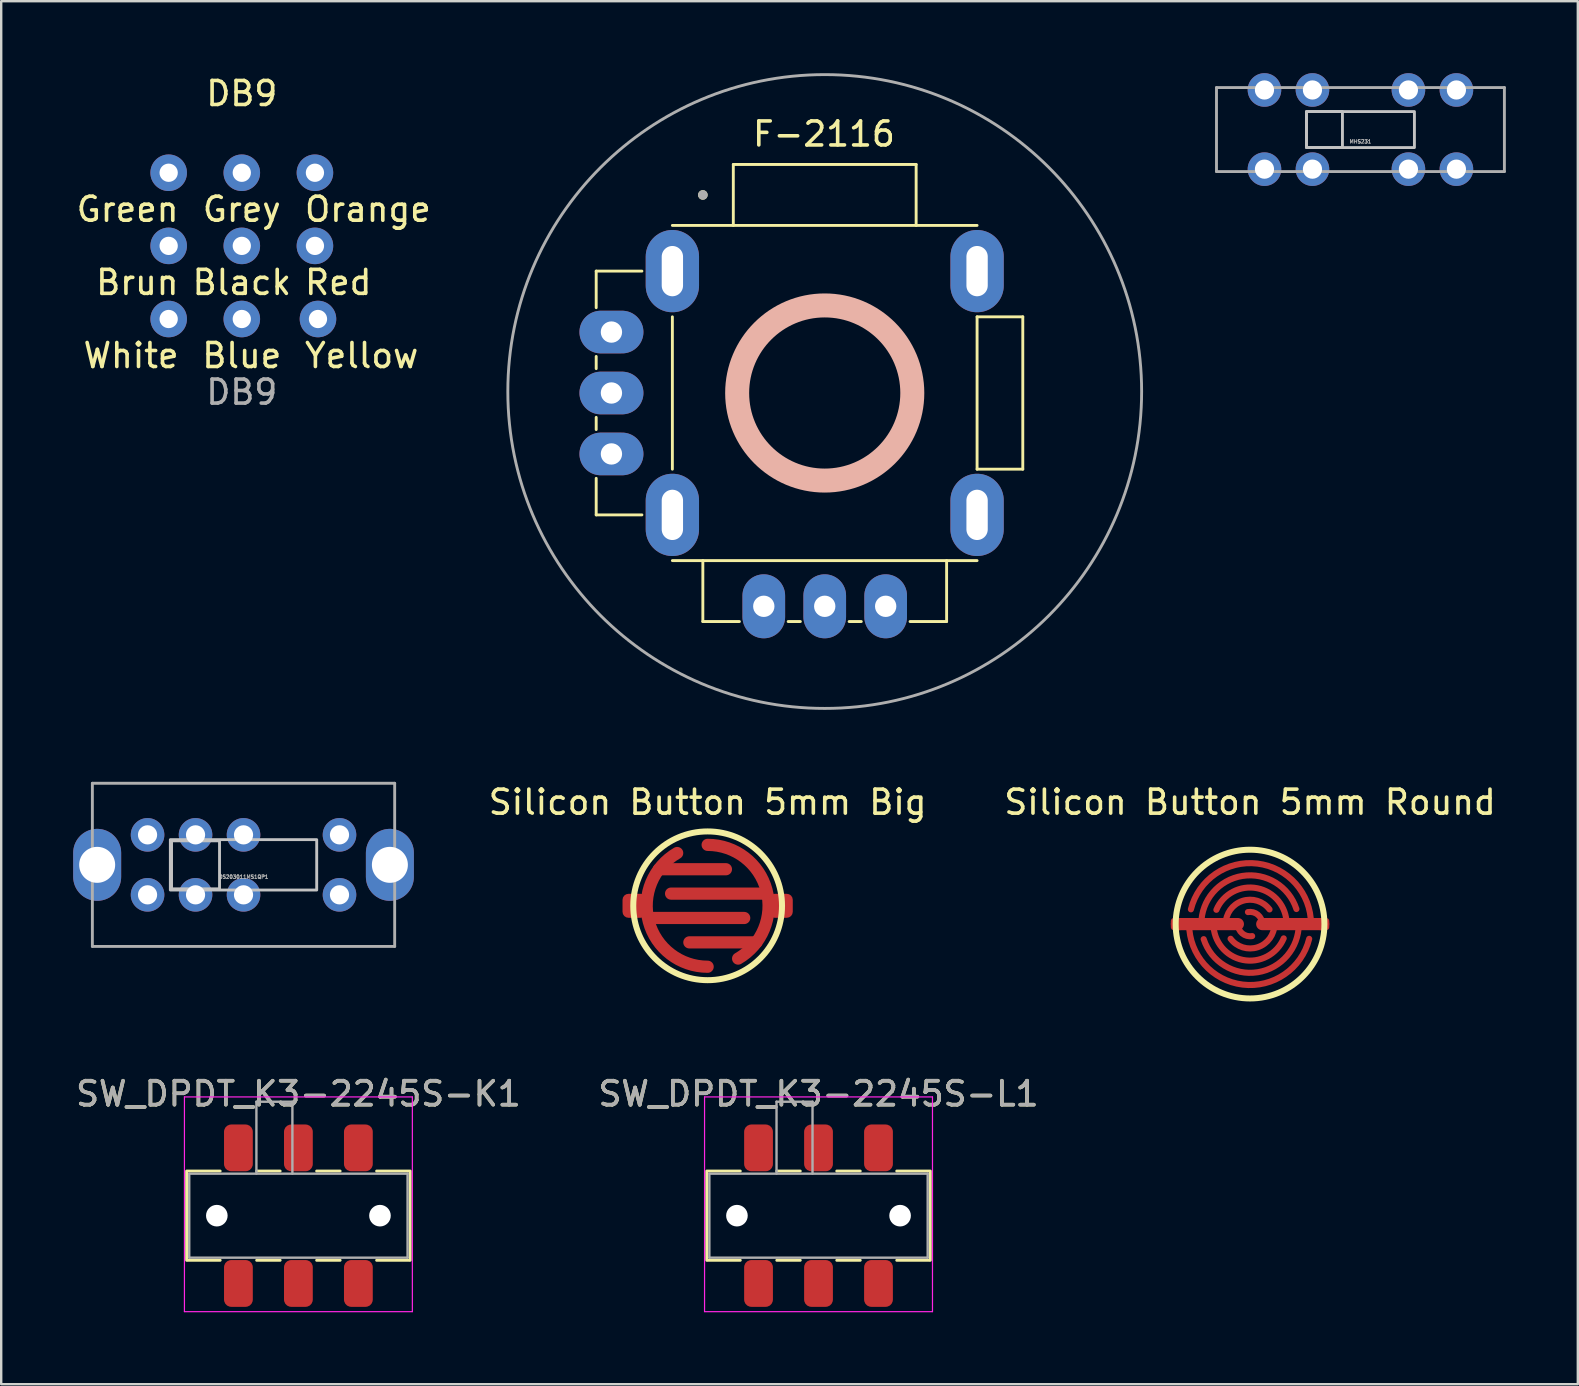
<source format=kicad_pcb>
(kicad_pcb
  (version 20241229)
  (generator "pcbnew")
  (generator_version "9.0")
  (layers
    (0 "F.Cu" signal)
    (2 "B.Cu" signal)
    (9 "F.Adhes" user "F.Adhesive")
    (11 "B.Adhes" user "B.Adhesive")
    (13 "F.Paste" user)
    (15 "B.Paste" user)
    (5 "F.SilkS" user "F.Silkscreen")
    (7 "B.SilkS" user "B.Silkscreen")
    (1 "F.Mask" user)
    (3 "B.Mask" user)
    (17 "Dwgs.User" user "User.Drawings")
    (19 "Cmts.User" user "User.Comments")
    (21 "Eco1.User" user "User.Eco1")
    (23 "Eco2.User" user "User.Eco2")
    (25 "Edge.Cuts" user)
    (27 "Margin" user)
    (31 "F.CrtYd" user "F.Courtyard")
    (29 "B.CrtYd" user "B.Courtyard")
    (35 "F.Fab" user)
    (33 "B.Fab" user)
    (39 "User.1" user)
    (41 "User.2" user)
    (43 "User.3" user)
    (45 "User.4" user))
  (footprint "MHS231"
    (layer "F.Cu")
    (at 53.652 2.35)
    (property "Reference" "MHS231" (at 0 0.5 0) (layer "F.Fab") (effects (font (size 0.15 0.15) (thickness 0.037))))
    (attr through_hole)
    (fp_rect (start -2.25 -0.75) (end -0.75 0.75) (stroke (width 0.12) (type solid)) (fill no) (layer "Dwgs.User"))
    (fp_rect (start -2.25 -0.75) (end 2.25 0.75) (stroke (width 0.12) (type solid)) (fill no) (layer "Dwgs.User"))
    (fp_line (start -6 -1.75) (end 6 -1.75) (stroke (width 0.12) (type solid)) (layer "F.Fab"))
    (fp_line (start -6 1.75) (end -6 -1.75) (stroke (width 0.12) (type solid)) (layer "F.Fab"))
    (fp_line (start 6 -1.75) (end 6 1.75) (stroke (width 0.12) (type solid)) (layer "F.Fab"))
    (fp_line (start 6 1.75) (end -6 1.75) (stroke (width 0.12) (type solid)) (layer "F.Fab"))
    (pad "1" thru_hole circle (at -4 -1.65) (size 1.4 1.4) (drill 0.8) (layers "*.Cu" "*.Mask"))
    (pad "2" thru_hole circle (at -2 -1.65) (size 1.4 1.4) (drill 0.8) (layers "*.Cu" "*.Mask"))
    (pad "3" thru_hole circle (at 2 -1.65) (size 1.4 1.4) (drill 0.8) (layers "*.Cu" "*.Mask"))
    (pad "4" thru_hole circle (at 4 -1.65) (size 1.4 1.4) (drill 0.8) (layers "*.Cu" "*.Mask"))
    (pad "5" thru_hole circle (at -4 1.65) (size 1.4 1.4) (drill 0.8) (layers "*.Cu" "*.Mask"))
    (pad "6" thru_hole circle (at -2 1.65) (size 1.4 1.4) (drill 0.8) (layers "*.Cu" "*.Mask"))
    (pad "7" thru_hole circle (at 2 1.65) (size 1.4 1.4) (drill 0.8) (layers "*.Cu" "*.Mask"))
    (pad "8" thru_hole circle (at 4 1.65) (size 1.4 1.4) (drill 0.8) (layers "*.Cu" "*.Mask")))
  (footprint "Silicon Button 5mm Round"
    (layer "F.Cu")
    (at 49.051 35.465)
    (property "Reference" "Silicon Button 5mm Round" (at 0 -5.08 0) (layer "F.SilkS") (effects (font (size 1 1) (thickness 0.15))))
    (attr through_hole)
    (fp_line (start -3.048 0) (end -0.508 0) (stroke (width 0.508) (type solid)) (layer "F.Cu"))
    (fp_line (start 3.048 0) (end 0.508 0) (stroke (width 0.508) (type solid)) (layer "F.Cu"))
    (fp_arc (start -2.464551 -0.614482) (mid 0.309548 -2.521067) (end 2.54 0) (stroke (width 0.254) (type solid)) (layer "F.Cu"))
    (fp_arc (start -2.032 0) (mid -0.317875 -2.006983) (end 1.932547 -0.627923) (stroke (width 0.254) (type solid)) (layer "F.Cu"))
    (fp_arc (start -1.402849 -0.595474) (mid 0.303837 -1.493405) (end 1.524 0) (stroke (width 0.254) (type solid)) (layer "F.Cu"))
    (fp_arc (start -1.016 0) (mid -0.322381 -0.963497) (end 0.811414 -0.611444) (stroke (width 0.254) (type solid)) (layer "F.Cu"))
    (fp_arc (start -0.088213 -0.500282) (mid 0.326536 -0.38915) (end 0.508 0) (stroke (width 0.254) (type solid)) (layer "F.Cu"))
    (fp_arc (start 0.088213 0.500282) (mid -0.326536 0.38915) (end -0.508 0) (stroke (width 0.254) (type solid)) (layer "F.Cu"))
    (fp_arc (start 1.016 0) (mid 0.322381 0.963497) (end -0.811414 0.611444) (stroke (width 0.254) (type solid)) (layer "F.Cu"))
    (fp_arc (start 1.402849 0.595474) (mid -0.303837 1.493405) (end -1.524 0) (stroke (width 0.254) (type solid)) (layer "F.Cu"))
    (fp_arc (start 2.032 0) (mid 0.317875 2.006983) (end -1.932547 0.627923) (stroke (width 0.254) (type solid)) (layer "F.Cu"))
    (fp_arc (start 2.464551 0.614482) (mid -0.309548 2.521067) (end -2.54 0) (stroke (width 0.254) (type solid)) (layer "F.Cu"))
    (fp_circle (center 0 0) (end 1.5 0) (stroke (width 3) (type solid)) (fill no) (layer "F.Mask"))
    (fp_circle (center 0 0) (end 3.1 0) (stroke (width 0.25) (type solid)) (fill no) (layer "F.SilkS"))
    (pad "1" smd roundrect (at -3.048 0) (size 0.508 0.508) (layers "F.Cu") (roundrect_rratio 0.25))
    (pad "2" smd roundrect (at 3.048 0) (size 0.508 0.508) (layers "F.Cu") (roundrect_rratio 0.25)))
  (footprint "OS203011MS1QP1"
    (layer "F.Cu")
    (at 7.1 32.996)
    (property "Reference" "OS203011MS1QP1" (at 0 0.5 0) (layer "F.Fab") (effects (font (size 0.15 0.15) (thickness 0.037))))
    (attr through_hole)
    (fp_rect (start -3.05 -1.05) (end 3.05 1.05) (stroke (width 0.12) (type solid)) (fill no) (layer "Dwgs.User"))
    (fp_rect (start -3 -1) (end -1 1) (stroke (width 0.12) (type solid)) (fill no) (layer "Dwgs.User"))
    (fp_line (start -6.3 -3.4) (end 6.3 -3.4) (stroke (width 0.12) (type solid)) (layer "F.Fab"))
    (fp_line (start -6.3 3.4) (end -6.3 -3.4) (stroke (width 0.12) (type solid)) (layer "F.Fab"))
    (fp_line (start 6.3 -3.4) (end 6.3 3.4) (stroke (width 0.12) (type solid)) (layer "F.Fab"))
    (fp_line (start 6.3 3.4) (end -6.3 3.4) (stroke (width 0.12) (type solid)) (layer "F.Fab"))
    (pad "1" thru_hole circle (at -4 -1.25) (size 1.4 1.4) (drill 0.8) (layers "*.Cu" "*.Mask"))
    (pad "2" thru_hole circle (at -2 -1.25) (size 1.4 1.4) (drill 0.8) (layers "*.Cu" "*.Mask"))
    (pad "3" thru_hole circle (at 0 -1.25) (size 1.4 1.4) (drill 0.8) (layers "*.Cu" "*.Mask"))
    (pad "4" thru_hole circle (at 4 -1.25) (size 1.4 1.4) (drill 0.8) (layers "*.Cu" "*.Mask"))
    (pad "5" thru_hole circle (at -4 1.25) (size 1.4 1.4) (drill 0.8) (layers "*.Cu" "*.Mask"))
    (pad "6" thru_hole circle (at -2 1.25) (size 1.4 1.4) (drill 0.8) (layers "*.Cu" "*.Mask"))
    (pad "7" thru_hole circle (at 0 1.25) (size 1.4 1.4) (drill 0.8) (layers "*.Cu" "*.Mask"))
    (pad "8" thru_hole circle (at 4 1.25) (size 1.4 1.4) (drill 0.8) (layers "*.Cu" "*.Mask"))
    (pad "9" thru_hole oval (at -6.1 0) (size 2 3) (drill 1.5) (layers "*.Cu" "*.Mask"))
    (pad "9" thru_hole oval (at 6.1 0) (size 2 3) (drill 1.5) (layers "*.Cu" "*.Mask")))
  (footprint "SW_DPDT_K3-2245S-L1"
    (layer "F.Cu")
    (at 31.065 47.618)
    (property "Reference" "SW_DPDT_K3-2245S-L1" (at 0 -5.08 0) (layer "F.SilkS") (effects (font (size 1 1) (thickness 0.15))))
    (attr smd)
    (fp_line (start -4.66 -1.86) (end -4.66 1.86) (stroke (width 0.12) (type solid)) (layer "F.SilkS"))
    (fp_line (start -4.61 1.86) (end -3.26 1.86) (stroke (width 0.12) (type solid)) (layer "F.SilkS"))
    (fp_line (start -3.26 -1.86) (end -4.61 -1.86) (stroke (width 0.12) (type solid)) (layer "F.SilkS"))
    (fp_line (start -0.76 -1.86) (end -1.74 -1.86) (stroke (width 0.12) (type solid)) (layer "F.SilkS"))
    (fp_line (start -0.76 1.86) (end -1.74 1.86) (stroke (width 0.12) (type solid)) (layer "F.SilkS"))
    (fp_line (start 1.74 -1.86) (end 0.76 -1.86) (stroke (width 0.12) (type solid)) (layer "F.SilkS"))
    (fp_line (start 1.74 1.86) (end 0.76 1.86) (stroke (width 0.12) (type solid)) (layer "F.SilkS"))
    (fp_line (start 4.61 -1.86) (end 3.26 -1.86) (stroke (width 0.12) (type solid)) (layer "F.SilkS"))
    (fp_line (start 4.61 1.86) (end 3.26 1.86) (stroke (width 0.12) (type solid)) (layer "F.SilkS"))
    (fp_line (start 4.66 -1.86) (end 4.66 1.86) (stroke (width 0.12) (type solid)) (layer "F.SilkS"))
    (fp_line (start -4.75 -4.95) (end -4.75 4) (stroke (width 0.05) (type solid)) (layer "F.CrtYd"))
    (fp_line (start -4.75 -4.95) (end 4.75 -4.95) (stroke (width 0.05) (type solid)) (layer "F.CrtYd"))
    (fp_line (start 4.75 -4.95) (end 4.75 4) (stroke (width 0.05) (type solid)) (layer "F.CrtYd"))
    (fp_line (start 4.75 4) (end -4.75 4) (stroke (width 0.05) (type solid)) (layer "F.CrtYd"))
    (fp_line (start -4.55 -1.75) (end 4.55 -1.75) (stroke (width 0.1) (type solid)) (layer "F.Fab"))
    (fp_line (start -4.55 1.75) (end -4.55 -1.75) (stroke (width 0.1) (type solid)) (layer "F.Fab"))
    (fp_line (start -1.75 -4.75) (end -1.75 -1.75) (stroke (width 0.1) (type solid)) (layer "F.Fab"))
    (fp_line (start -0.25 -4.75) (end -1.75 -4.75) (stroke (width 0.1) (type solid)) (layer "F.Fab"))
    (fp_line (start -0.25 -4.75) (end -0.25 -1.75) (stroke (width 0.1) (type solid)) (layer "F.Fab"))
    (fp_line (start 4.55 -1.75) (end 4.55 1.75) (stroke (width 0.1) (type solid)) (layer "F.Fab"))
    (fp_line (start 4.55 1.75) (end -4.55 1.75) (stroke (width 0.1) (type solid)) (layer "F.Fab"))
    (fp_text user "${REFERENCE}" (at 0 -5.08 0) (layer "F.Fab") (effects (font (size 1 1) (thickness 0.15))))
    (pad "" np_thru_hole circle (at -3.4 0) (size 0.9 0.9) (drill 0.9) (layers "*.Cu" "*.Mask"))
    (pad "" np_thru_hole circle (at 3.4 0) (size 0.9 0.9) (drill 0.9) (layers "*.Cu" "*.Mask"))
    (pad "1" smd roundrect (at -2.5 -2.825) (size 1.2 1.95) (layers "F.Cu" "F.Mask" "F.Paste") (roundrect_rratio 0.25))
    (pad "2" smd roundrect (at 0 -2.825) (size 1.2 1.95) (layers "F.Cu" "F.Mask" "F.Paste") (roundrect_rratio 0.25))
    (pad "3" smd roundrect (at 2.5 -2.825) (size 1.2 1.95) (layers "F.Cu" "F.Mask" "F.Paste") (roundrect_rratio 0.25))
    (pad "4" smd roundrect (at -2.5 2.825) (size 1.2 1.95) (layers "F.Cu" "F.Mask" "F.Paste") (roundrect_rratio 0.25))
    (pad "5" smd roundrect (at 0 2.825) (size 1.2 1.95) (layers "F.Cu" "F.Mask" "F.Paste") (roundrect_rratio 0.25))
    (pad "6" smd roundrect (at 2.5 2.825) (size 1.2 1.95) (layers "F.Cu" "F.Mask" "F.Paste") (roundrect_rratio 0.25)))
  (footprint "Silicon Button 5mm Big"
    (layer "F.Cu")
    (at 26.444 34.703)
    (property "Reference" "Silicon Button 5mm Big" (at 0 -4.318 0) (layer "F.SilkS") (effects (font (size 1 1) (thickness 0.15))))
    (attr through_hole)
    (fp_line (start -2.286 0.508) (end 1.524 0.508) (stroke (width 0.508) (type solid)) (layer "F.Cu"))
    (fp_line (start -2.032 -1.524) (end 0.762 -1.524) (stroke (width 0.508) (type solid)) (layer "F.Cu"))
    (fp_line (start 2.032 1.524) (end -0.762 1.524) (stroke (width 0.508) (type solid)) (layer "F.Cu"))
    (fp_line (start 2.286 -0.508) (end -1.524 -0.508) (stroke (width 0.508) (type solid)) (layer "F.Cu"))
    (fp_arc (start 0 -2.54) (mid 2.453452 -0.6574) (end 1.27 2.199705) (stroke (width 0.508) (type solid)) (layer "F.Cu"))
    (fp_arc (start 0 2.54) (mid -2.453452 0.6574) (end -1.27 -2.199705) (stroke (width 0.508) (type solid)) (layer "F.Cu"))
    (fp_circle (center 0 0) (end 1.5 0) (stroke (width 3) (type solid)) (fill no) (layer "F.Mask"))
    (fp_circle (center 0 0) (end 3.1 0) (stroke (width 0.25) (type solid)) (fill no) (layer "F.SilkS"))
    (pad "1" smd roundrect (at -3.048 0) (size 1 1) (layers "F.Cu") (roundrect_rratio 0.25))
    (pad "2" smd roundrect (at 3.048 0) (size 1 1) (layers "F.Cu") (roundrect_rratio 0.25)))
  (footprint "F-2116"
    (layer "F.Cu")
    (at 31.324 13.33)
    (property "Reference" "F-2116" (at -0.033 -10.795 0) (layer "F.SilkS") (effects (font (size 1 1) (thickness 0.15))))
    (attr through_hole)
    (fp_line (start -9.525 -5.08) (end -7.62 -5.08) (stroke (width 0.12) (type solid)) (layer "F.SilkS"))
    (fp_line (start -9.525 -3.556) (end -9.525 -5.08) (stroke (width 0.12) (type solid)) (layer "F.SilkS"))
    (fp_line (start -9.525 -1.016) (end -9.525 -1.524) (stroke (width 0.12) (type solid)) (layer "F.SilkS"))
    (fp_line (start -9.525 1.524) (end -9.525 1.016) (stroke (width 0.12) (type solid)) (layer "F.SilkS"))
    (fp_line (start -9.525 5.08) (end -9.525 3.556) (stroke (width 0.12) (type solid)) (layer "F.SilkS"))
    (fp_line (start -7.62 5.08) (end -9.525 5.08) (stroke (width 0.12) (type solid)) (layer "F.SilkS"))
    (fp_line (start -6.35 -6.985) (end 6.35 -6.985) (stroke (width 0.12) (type solid)) (layer "F.SilkS"))
    (fp_line (start -6.35 3.175) (end -6.35 -3.175) (stroke (width 0.12) (type solid)) (layer "F.SilkS"))
    (fp_line (start -5.08 9.525) (end -5.08 6.985) (stroke (width 0.12) (type solid)) (layer "F.SilkS"))
    (fp_line (start -5.08 9.525) (end -3.556 9.525) (stroke (width 0.12) (type solid)) (layer "F.SilkS"))
    (fp_line (start -3.81 -9.525) (end 3.81 -9.525) (stroke (width 0.12) (type solid)) (layer "F.SilkS"))
    (fp_line (start -3.81 -6.985) (end -3.81 -9.525) (stroke (width 0.12) (type solid)) (layer "F.SilkS"))
    (fp_line (start -1.524 9.525) (end -1.016 9.525) (stroke (width 0.12) (type solid)) (layer "F.SilkS"))
    (fp_line (start 1.016 9.525) (end 1.524 9.525) (stroke (width 0.12) (type solid)) (layer "F.SilkS"))
    (fp_line (start 3.556 9.525) (end 5.08 9.525) (stroke (width 0.12) (type solid)) (layer "F.SilkS"))
    (fp_line (start 3.81 -9.525) (end 3.81 -6.985) (stroke (width 0.12) (type solid)) (layer "F.SilkS"))
    (fp_line (start 5.08 9.525) (end 5.08 6.985) (stroke (width 0.12) (type solid)) (layer "F.SilkS"))
    (fp_line (start 6.35 -3.175) (end 6.35 3.175) (stroke (width 0.12) (type solid)) (layer "F.SilkS"))
    (fp_line (start 6.35 -3.175) (end 8.255 -3.175) (stroke (width 0.12) (type solid)) (layer "F.SilkS"))
    (fp_line (start 6.35 6.985) (end -6.35 6.985) (stroke (width 0.12) (type solid)) (layer "F.SilkS"))
    (fp_line (start 8.255 -3.175) (end 8.255 3.175) (stroke (width 0.12) (type solid)) (layer "F.SilkS"))
    (fp_line (start 8.255 3.175) (end 6.35 3.175) (stroke (width 0.12) (type solid)) (layer "F.SilkS"))
    (fp_circle (center -5.08 -8.255) (end -4.98 -8.255) (stroke (width 0.2) (type solid)) (fill no) (layer "F.SilkS"))
    (fp_circle (center 0 0) (end -3.65 0) (stroke (width 1) (type solid)) (fill no) (layer "B.SilkS"))
    (fp_circle (center -5.08 -8.255) (end -4.98 -8.255) (stroke (width 0.2) (type solid)) (fill no) (layer "F.Fab"))
    (fp_circle (center 0 -0.062) (end 13.208 0) (stroke (width 0.12) (type solid)) (fill no) (layer "F.Fab"))
    (pad "H1" thru_hole oval (at 2.54 8.89) (size 1.778 2.667) (drill 0.889) (layers "*.Cu" "*.Mask"))
    (pad "H2" thru_hole oval (at 0 8.89) (size 1.778 2.667) (drill 0.889) (layers "*.Cu" "*.Mask"))
    (pad "H3" thru_hole oval (at -2.54 8.89) (size 1.778 2.667) (drill 0.889) (layers "*.Cu" "*.Mask"))
    (pad "S1" thru_hole oval (at -6.35 -5.08) (size 2.222 3.429) (drill oval 0.889 2.096) (layers "*.Cu" "*.Mask"))
    (pad "S2" thru_hole oval (at -6.35 5.08) (size 2.222 3.429) (drill oval 0.889 2.096) (layers "*.Cu" "*.Mask"))
    (pad "S3" thru_hole oval (at 6.35 5.08) (size 2.222 3.429) (drill oval 0.889 2.096) (layers "*.Cu" "*.Mask"))
    (pad "S4" thru_hole oval (at 6.35 -5.08) (size 2.222 3.429) (drill oval 0.889 2.096) (layers "*.Cu" "*.Mask"))
    (pad "V1" thru_hole oval (at -8.89 -2.54) (size 2.667 1.778) (drill 0.889) (layers "*.Cu" "*.Mask"))
    (pad "V2" thru_hole oval (at -8.89 0) (size 2.667 1.778) (drill 0.889) (layers "*.Cu" "*.Mask"))
    (pad "V3" thru_hole oval (at -8.89 2.54) (size 2.667 1.778) (drill 0.889) (layers "*.Cu" "*.Mask")))
  (footprint "SW_DPDT_K3-2245S-K1"
    (layer "F.Cu")
    (at 9.387 47.618)
    (property "Reference" "SW_DPDT_K3-2245S-K1" (at 0 -5.08 0) (layer "F.SilkS") (effects (font (size 1 1) (thickness 0.15))))
    (attr smd)
    (fp_line (start -4.66 -1.86) (end -4.66 1.86) (stroke (width 0.12) (type solid)) (layer "F.SilkS"))
    (fp_line (start -4.61 1.86) (end -3.26 1.86) (stroke (width 0.12) (type solid)) (layer "F.SilkS"))
    (fp_line (start -3.26 -1.86) (end -4.61 -1.86) (stroke (width 0.12) (type solid)) (layer "F.SilkS"))
    (fp_line (start -0.76 -1.86) (end -1.74 -1.86) (stroke (width 0.12) (type solid)) (layer "F.SilkS"))
    (fp_line (start -0.76 1.86) (end -1.74 1.86) (stroke (width 0.12) (type solid)) (layer "F.SilkS"))
    (fp_line (start 1.74 -1.86) (end 0.76 -1.86) (stroke (width 0.12) (type solid)) (layer "F.SilkS"))
    (fp_line (start 1.74 1.86) (end 0.76 1.86) (stroke (width 0.12) (type solid)) (layer "F.SilkS"))
    (fp_line (start 4.61 -1.86) (end 3.26 -1.86) (stroke (width 0.12) (type solid)) (layer "F.SilkS"))
    (fp_line (start 4.61 1.86) (end 3.26 1.86) (stroke (width 0.12) (type solid)) (layer "F.SilkS"))
    (fp_line (start 4.66 -1.86) (end 4.66 1.86) (stroke (width 0.12) (type solid)) (layer "F.SilkS"))
    (fp_line (start -4.75 -4.95) (end -4.75 4) (stroke (width 0.05) (type solid)) (layer "F.CrtYd"))
    (fp_line (start -4.75 -4.95) (end 4.75 -4.95) (stroke (width 0.05) (type solid)) (layer "F.CrtYd"))
    (fp_line (start 4.75 -4.95) (end 4.75 4) (stroke (width 0.05) (type solid)) (layer "F.CrtYd"))
    (fp_line (start 4.75 4) (end -4.75 4) (stroke (width 0.05) (type solid)) (layer "F.CrtYd"))
    (fp_line (start -4.55 -1.75) (end 4.55 -1.75) (stroke (width 0.1) (type solid)) (layer "F.Fab"))
    (fp_line (start -4.55 1.75) (end -4.55 -1.75) (stroke (width 0.1) (type solid)) (layer "F.Fab"))
    (fp_line (start -1.75 -4.75) (end -1.75 -1.75) (stroke (width 0.1) (type solid)) (layer "F.Fab"))
    (fp_line (start -0.25 -4.75) (end -1.75 -4.75) (stroke (width 0.1) (type solid)) (layer "F.Fab"))
    (fp_line (start -0.25 -4.75) (end -0.25 -1.75) (stroke (width 0.1) (type solid)) (layer "F.Fab"))
    (fp_line (start 4.55 -1.75) (end 4.55 1.75) (stroke (width 0.1) (type solid)) (layer "F.Fab"))
    (fp_line (start 4.55 1.75) (end -4.55 1.75) (stroke (width 0.1) (type solid)) (layer "F.Fab"))
    (fp_text user "${REFERENCE}" (at 0 -5.08 0) (layer "F.Fab") (effects (font (size 1 1) (thickness 0.15))))
    (pad "" np_thru_hole circle (at -3.4 0) (size 0.9 0.9) (drill 0.9) (layers "*.Cu" "*.Mask"))
    (pad "" np_thru_hole circle (at 3.4 0) (size 0.9 0.9) (drill 0.9) (layers "*.Cu" "*.Mask"))
    (pad "1" smd roundrect (at -2.5 -2.825) (size 1.2 1.95) (layers "F.Cu" "F.Mask" "F.Paste") (roundrect_rratio 0.25))
    (pad "2" smd roundrect (at 0 -2.825) (size 1.2 1.95) (layers "F.Cu" "F.Mask" "F.Paste") (roundrect_rratio 0.25))
    (pad "3" smd roundrect (at 2.5 -2.825) (size 1.2 1.95) (layers "F.Cu" "F.Mask" "F.Paste") (roundrect_rratio 0.25))
    (pad "4" smd roundrect (at -2.5 2.825) (size 1.2 1.95) (layers "F.Cu" "F.Mask" "F.Paste") (roundrect_rratio 0.25))
    (pad "5" smd roundrect (at 0 2.825) (size 1.2 1.95) (layers "F.Cu" "F.Mask" "F.Paste") (roundrect_rratio 0.25))
    (pad "6" smd roundrect (at 2.5 2.825) (size 1.2 1.95) (layers "F.Cu" "F.Mask" "F.Paste") (roundrect_rratio 0.25)))
  (footprint "DB9"
    (layer "F.Cu")
    (at 7.028 7.198)
    (property "Reference" "DB9" (at 0 -6.35 0) (unlocked yes) (layer "F.SilkS") (effects (font (size 1 1) (thickness 0.15))))
    (attr through_hole)
    (fp_text user "Black" (at 0 1.524 0) (unlocked yes) (layer "F.SilkS") (effects (font (size 1 1) (thickness 0.15))))
    (fp_text user "Red" (at 2.54 1.524 0) (unlocked yes) (layer "F.SilkS") (effects (font (size 1 1) (thickness 0.15)) (justify left)))
    (fp_text user "White" (at -2.54 4.572 0) (unlocked yes) (layer "F.SilkS") (effects (font (size 1 1) (thickness 0.15)) (justify right)))
    (fp_text user "Green" (at -2.54 -1.524 0) (unlocked yes) (layer "F.SilkS") (effects (font (size 1 1) (thickness 0.15)) (justify right)))
    (fp_text user "Yellow" (at 2.54 4.572 0) (unlocked yes) (layer "F.SilkS") (effects (font (size 1 1) (thickness 0.15)) (justify left)))
    (fp_text user "Grey" (at 0 -1.524 0) (unlocked yes) (layer "F.SilkS") (effects (font (size 1 1) (thickness 0.15))))
    (fp_text user "Blue" (at 0 4.572 0) (unlocked yes) (layer "F.SilkS") (effects (font (size 1 1) (thickness 0.15))))
    (fp_text user "Brun" (at -2.54 1.524 0) (unlocked yes) (layer "F.SilkS") (effects (font (size 1 1) (thickness 0.15)) (justify right)))
    (fp_text user "Orange" (at 2.54 -1.524 0) (unlocked yes) (layer "F.SilkS") (effects (font (size 1 1) (thickness 0.15)) (justify left)))
    (fp_text user "${REFERENCE}" (at 0 6.096 0) (unlocked yes) (layer "F.Fab") (effects (font (size 1 1) (thickness 0.15))))
    (pad "1" thru_hole circle (at 3.048 0) (size 1.524 1.524) (drill 0.762) (layers "*.Cu" "*.Mask"))
    (pad "2" thru_hole circle (at 0 0) (size 1.524 1.524) (drill 0.762) (layers "*.Cu" "*.Mask"))
    (pad "3" thru_hole circle (at 0 -3.048) (size 1.524 1.524) (drill 0.762) (layers "*.Cu" "*.Mask"))
    (pad "4" thru_hole circle (at 3.048 -3.048) (size 1.524 1.524) (drill 0.762) (layers "*.Cu" "*.Mask"))
    (pad "5" thru_hole circle (at -3.048 0) (size 1.524 1.524) (drill 0.762) (layers "*.Cu" "*.Mask"))
    (pad "6" thru_hole circle (at -3.048 -3.048) (size 1.524 1.524) (drill 0.762) (layers "*.Cu" "*.Mask"))
    (pad "7" thru_hole circle (at -3.048 3.048) (size 1.524 1.524) (drill 0.762) (layers "*.Cu" "*.Mask"))
    (pad "8" thru_hole circle (at 0 3.048) (size 1.524 1.524) (drill 0.762) (layers "*.Cu" "*.Mask"))
    (pad "9" thru_hole circle (at 3.175 3.048) (size 1.524 1.524) (drill 0.762) (layers "*.Cu" "*.Mask")))
  (gr_rect
    (start -3 -3)
    (end 62.712 54.643)
    (stroke (width 0.1) (type default))
    (fill no)
    (layer "Edge.Cuts")))
</source>
